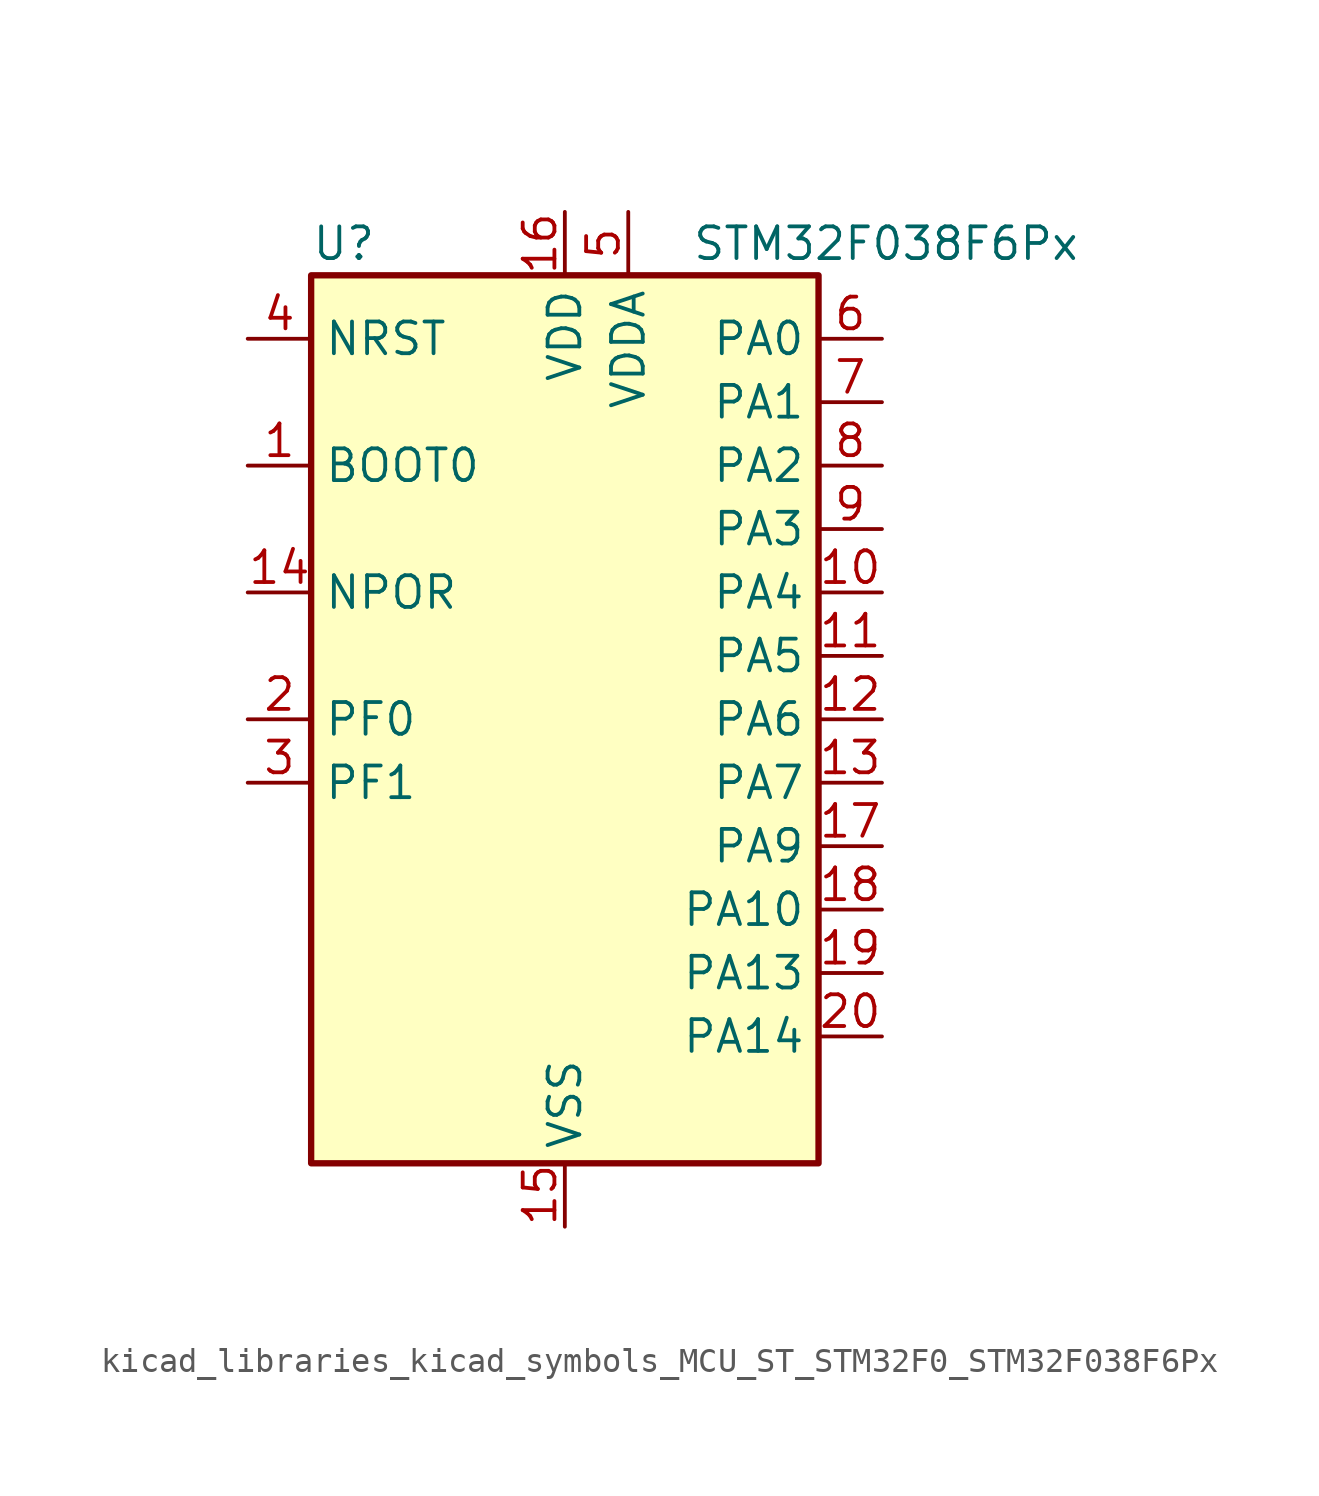
<source format=kicad_sym>
(kicad_symbol_lib
  (version 20220914)
  (generator kicad_symbol_editor)
  (symbol "kicad_libraries_kicad_symbols_MCU_ST_STM32F0_STM32F038F6Px"
    (property "Reference" "U"
      (at -10.16 19.05 0)
      (effects (font (size 1.27 1.27)) (justify left)))
    (property "Value" "STM32F038F6Px"
      (at 5.08 19.05 0)
      (effects (font (size 1.27 1.27)) (justify left)))
    (property "ki_locked" ""
      (at 0 0 0)
      (effects (font (size 1.27 1.27))))
    (symbol "kicad_libraries_kicad_symbols_MCU_ST_STM32F0_STM32F038F6Px_0_1"
      (rectangle (start -10.16 -17.78) (end 10.16 17.78) (stroke (width 0.254) (type default)) (fill (type background))))
    (symbol "kicad_libraries_kicad_symbols_MCU_ST_STM32F0_STM32F038F6Px_1_1"
      (pin input line (at -12.7 10.16 0) (length 2.54) (name "BOOT0" (effects (font (size 1.27 1.27)))) (number "1" (effects (font (size 1.27 1.27)))))
      (pin bidirectional line (at 12.7 5.08 180) (length 2.54) (name "PA4" (effects (font (size 1.27 1.27)))) (number "10" (effects (font (size 1.27 1.27)))) (alternate "ADC_IN4" bidirectional line) (alternate "I2S1_WS" bidirectional line) (alternate "SPI1_NSS" bidirectional line) (alternate "TIM14_CH1" bidirectional line) (alternate "USART1_CK" bidirectional line))
      (pin bidirectional line (at 12.7 2.54 180) (length 2.54) (name "PA5" (effects (font (size 1.27 1.27)))) (number "11" (effects (font (size 1.27 1.27)))) (alternate "ADC_IN5" bidirectional line) (alternate "I2S1_CK" bidirectional line) (alternate "SPI1_SCK" bidirectional line) (alternate "TIM2_CH1" bidirectional line) (alternate "TIM2_ETR" bidirectional line))
      (pin bidirectional line (at 12.7 0 180) (length 2.54) (name "PA6" (effects (font (size 1.27 1.27)))) (number "12" (effects (font (size 1.27 1.27)))) (alternate "ADC_IN6" bidirectional line) (alternate "I2S1_MCK" bidirectional line) (alternate "SPI1_MISO" bidirectional line) (alternate "TIM16_CH1" bidirectional line) (alternate "TIM1_BKIN" bidirectional line) (alternate "TIM3_CH1" bidirectional line))
      (pin bidirectional line (at 12.7 -2.54 180) (length 2.54) (name "PA7" (effects (font (size 1.27 1.27)))) (number "13" (effects (font (size 1.27 1.27)))) (alternate "ADC_IN7" bidirectional line) (alternate "I2S1_SD" bidirectional line) (alternate "SPI1_MOSI" bidirectional line) (alternate "TIM14_CH1" bidirectional line) (alternate "TIM17_CH1" bidirectional line) (alternate "TIM1_CH1N" bidirectional line) (alternate "TIM3_CH2" bidirectional line))
      (pin input line (at -12.7 5.08 0) (length 2.54) (name "NPOR" (effects (font (size 1.27 1.27)))) (number "14" (effects (font (size 1.27 1.27)))))
      (pin power_in line (at 0 -20.32 90) (length 2.54) (name "VSS" (effects (font (size 1.27 1.27)))) (number "15" (effects (font (size 1.27 1.27)))))
      (pin power_in line (at 0 20.32 270) (length 2.54) (name "VDD" (effects (font (size 1.27 1.27)))) (number "16" (effects (font (size 1.27 1.27)))))
      (pin bidirectional line (at 12.7 -5.08 180) (length 2.54) (name "PA9" (effects (font (size 1.27 1.27)))) (number "17" (effects (font (size 1.27 1.27)))) (alternate "I2C1_SCL" bidirectional line) (alternate "TIM1_CH2" bidirectional line) (alternate "USART1_TX" bidirectional line))
      (pin bidirectional line (at 12.7 -7.62 180) (length 2.54) (name "PA10" (effects (font (size 1.27 1.27)))) (number "18" (effects (font (size 1.27 1.27)))) (alternate "I2C1_SDA" bidirectional line) (alternate "TIM17_BKIN" bidirectional line) (alternate "TIM1_CH3" bidirectional line) (alternate "USART1_RX" bidirectional line))
      (pin bidirectional line (at 12.7 -10.16 180) (length 2.54) (name "PA13" (effects (font (size 1.27 1.27)))) (number "19" (effects (font (size 1.27 1.27)))) (alternate "IR_OUT" bidirectional line) (alternate "SYS_SWDIO" bidirectional line))
      (pin bidirectional line (at -12.7 0 0) (length 2.54) (name "PF0" (effects (font (size 1.27 1.27)))) (number "2" (effects (font (size 1.27 1.27)))) (alternate "RCC_OSC_IN" bidirectional line))
      (pin bidirectional line (at 12.7 -12.7 180) (length 2.54) (name "PA14" (effects (font (size 1.27 1.27)))) (number "20" (effects (font (size 1.27 1.27)))) (alternate "SYS_SWCLK" bidirectional line) (alternate "USART1_TX" bidirectional line))
      (pin bidirectional line (at -12.7 -2.54 0) (length 2.54) (name "PF1" (effects (font (size 1.27 1.27)))) (number "3" (effects (font (size 1.27 1.27)))) (alternate "RCC_OSC_OUT" bidirectional line))
      (pin input line (at -12.7 15.24 0) (length 2.54) (name "NRST" (effects (font (size 1.27 1.27)))) (number "4" (effects (font (size 1.27 1.27)))))
      (pin power_in line (at 2.54 20.32 270) (length 2.54) (name "VDDA" (effects (font (size 1.27 1.27)))) (number "5" (effects (font (size 1.27 1.27)))))
      (pin bidirectional line (at 12.7 15.24 180) (length 2.54) (name "PA0" (effects (font (size 1.27 1.27)))) (number "6" (effects (font (size 1.27 1.27)))) (alternate "ADC_IN0" bidirectional line) (alternate "RTC_TAMP2" bidirectional line) (alternate "SYS_WKUP1" bidirectional line) (alternate "TIM2_CH1" bidirectional line) (alternate "TIM2_ETR" bidirectional line) (alternate "USART1_CTS" bidirectional line))
      (pin bidirectional line (at 12.7 12.7 180) (length 2.54) (name "PA1" (effects (font (size 1.27 1.27)))) (number "7" (effects (font (size 1.27 1.27)))) (alternate "ADC_IN1" bidirectional line) (alternate "TIM2_CH2" bidirectional line) (alternate "USART1_DE" bidirectional line) (alternate "USART1_RTS" bidirectional line))
      (pin bidirectional line (at 12.7 10.16 180) (length 2.54) (name "PA2" (effects (font (size 1.27 1.27)))) (number "8" (effects (font (size 1.27 1.27)))) (alternate "ADC_IN2" bidirectional line) (alternate "TIM2_CH3" bidirectional line) (alternate "USART1_TX" bidirectional line))
      (pin bidirectional line (at 12.7 7.62 180) (length 2.54) (name "PA3" (effects (font (size 1.27 1.27)))) (number "9" (effects (font (size 1.27 1.27)))) (alternate "ADC_IN3" bidirectional line) (alternate "TIM2_CH4" bidirectional line) (alternate "USART1_RX" bidirectional line)))))
</source>
